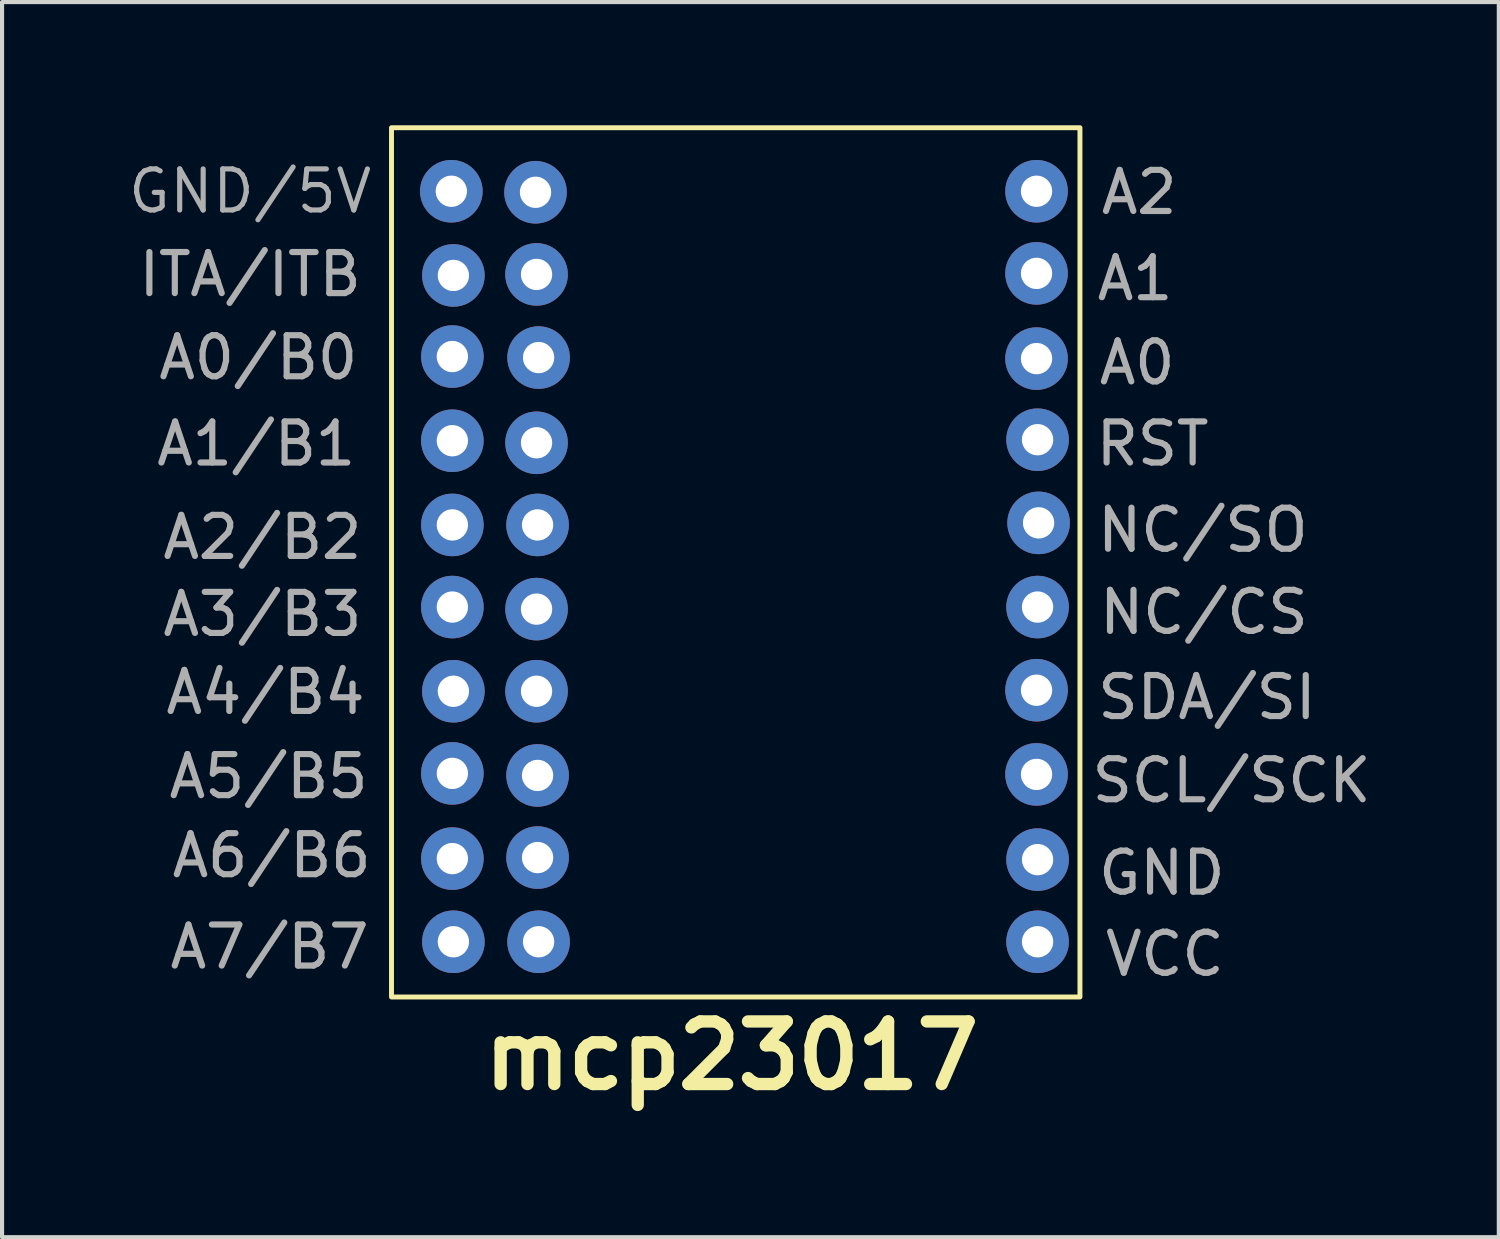
<source format=kicad_pcb>
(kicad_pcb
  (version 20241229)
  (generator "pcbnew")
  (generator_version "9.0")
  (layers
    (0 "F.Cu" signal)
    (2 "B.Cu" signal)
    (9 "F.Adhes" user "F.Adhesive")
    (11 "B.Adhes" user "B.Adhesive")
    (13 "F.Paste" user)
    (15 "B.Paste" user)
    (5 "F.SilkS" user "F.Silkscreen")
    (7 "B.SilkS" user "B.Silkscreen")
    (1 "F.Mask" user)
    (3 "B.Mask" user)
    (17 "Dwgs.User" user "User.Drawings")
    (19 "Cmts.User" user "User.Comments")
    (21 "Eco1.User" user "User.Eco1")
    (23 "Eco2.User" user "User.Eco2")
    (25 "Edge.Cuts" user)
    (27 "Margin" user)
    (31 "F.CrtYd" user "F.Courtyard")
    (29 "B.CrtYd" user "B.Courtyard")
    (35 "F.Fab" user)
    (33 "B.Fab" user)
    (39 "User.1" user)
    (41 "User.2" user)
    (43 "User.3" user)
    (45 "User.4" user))
  (footprint "mcp23017"
    (layer "F.Cu")
    (at 14.865 10.707)
    (property "Reference" "mcp23017" (at -0.1 11.95 0) (layer "F.SilkS") (effects (font (size 1.524 1.524) (thickness 0.3))))
    (attr board_only exclude_from_pos_files)
    (fp_rect (start 8.382 -10.647) (end -8.382 10.52) (stroke (width 0.12) (type solid)) (fill no) (layer "F.SilkS"))
    (fp_text user "NC/SO" (at 11.375 -0.85 0) (unlocked yes) (layer "F.Fab") (effects (font (size 1 1) (thickness 0.15))))
    (fp_text user "A2" (at 9.825 -9.075 0) (unlocked yes) (layer "F.Fab") (effects (font (size 1 1) (thickness 0.15))))
    (fp_text user "GND" (at 10.375 7.5 0) (unlocked yes) (layer "F.Fab") (effects (font (size 1 1) (thickness 0.15))))
    (fp_text user "A1" (at 9.725 -6.975 0) (unlocked yes) (layer "F.Fab") (effects (font (size 1 1) (thickness 0.15))))
    (fp_text user "A0" (at 9.775 -4.925 0) (unlocked yes) (layer "F.Fab") (effects (font (size 1 1) (thickness 0.15))))
    (fp_text user "A7/B7" (at -11.35 9.3 0) (unlocked yes) (layer "F.Fab") (effects (font (size 1 1) (thickness 0.15))))
    (fp_text user "SCL/SCK" (at 12.075 5.25 0) (unlocked yes) (layer "F.Fab") (effects (font (size 1 1) (thickness 0.15))))
    (fp_text user "A0/B0" (at -11.625 -5.05 0) (unlocked yes) (layer "F.Fab") (effects (font (size 1 1) (thickness 0.15))))
    (fp_text user "SDA/SI" (at 11.475 3.225 0) (unlocked yes) (layer "F.Fab") (effects (font (size 1 1) (thickness 0.15))))
    (fp_text user "A6/B6" (at -11.3 7.075 0) (unlocked yes) (layer "F.Fab") (effects (font (size 1 1) (thickness 0.15))))
    (fp_text user "ITA/ITB" (at -11.825 -7.075 0) (unlocked yes) (layer "F.Fab") (effects (font (size 1 1) (thickness 0.15))))
    (fp_text user "A4/B4" (at -11.45 3.1 0) (unlocked yes) (layer "F.Fab") (effects (font (size 1 1) (thickness 0.15))))
    (fp_text user "A1/B1" (at -11.675 -2.95 0) (unlocked yes) (layer "F.Fab") (effects (font (size 1 1) (thickness 0.15))))
    (fp_text user "A5/B5" (at -11.375 5.15 0) (unlocked yes) (layer "F.Fab") (effects (font (size 1 1) (thickness 0.15))))
    (fp_text user "RST" (at 10.15 -2.95 0) (unlocked yes) (layer "F.Fab") (effects (font (size 1 1) (thickness 0.15))))
    (fp_text user "A3/B3" (at -11.525 1.2 0) (unlocked yes) (layer "F.Fab") (effects (font (size 1 1) (thickness 0.15))))
    (fp_text user "A2/B2" (at -11.525 -0.675 0) (unlocked yes) (layer "F.Fab") (effects (font (size 1 1) (thickness 0.15))))
    (fp_text user "GND/5V" (at -11.825 -9.1 0) (unlocked yes) (layer "F.Fab") (effects (font (size 1 1) (thickness 0.125))))
    (fp_text user "VCC" (at 10.45 9.475 0) (unlocked yes) (layer "F.Fab") (effects (font (size 1 1) (thickness 0.15))))
    (fp_text user "NC/CS" (at 11.4 1.15 0) (unlocked yes) (layer "F.Fab") (effects (font (size 1 1) (thickness 0.15))))
    (pad "1" thru_hole circle (at -4.8 -5.05) (size 1.524 1.524) (drill 0.762) (layers "*.Cu" "*.Mask"))
    (pad "2" thru_hole circle (at -4.85 -2.975) (size 1.524 1.524) (drill 0.762) (layers "*.Cu" "*.Mask"))
    (pad "3" thru_hole circle (at -4.825 -0.975) (size 1.524 1.524) (drill 0.762) (layers "*.Cu" "*.Mask"))
    (pad "4" thru_hole circle (at -4.85 1.075) (size 1.524 1.524) (drill 0.762) (layers "*.Cu" "*.Mask"))
    (pad "5" thru_hole circle (at -4.85 3.075) (size 1.524 1.524) (drill 0.762) (layers "*.Cu" "*.Mask"))
    (pad "6" thru_hole circle (at -4.825 5.125) (size 1.524 1.524) (drill 0.762) (layers "*.Cu" "*.Mask"))
    (pad "7" thru_hole circle (at -4.825 7.125) (size 1.524 1.524) (drill 0.762) (layers "*.Cu" "*.Mask"))
    (pad "8" thru_hole circle (at -4.8 9.175) (size 1.524 1.524) (drill 0.762) (layers "*.Cu" "*.Mask"))
    (pad "9" thru_hole circle (at 7.35 9.175) (size 1.524 1.524) (drill 0.762) (layers "*.Cu" "*.Mask"))
    (pad "10" thru_hole circle (at 7.35 7.175) (size 1.524 1.524) (drill 0.762) (layers "*.Cu" "*.Mask"))
    (pad "11" thru_hole circle (at -4.875 -9.075) (size 1.524 1.524) (drill 0.762) (layers "*.Cu" "*.Mask"))
    (pad "12" thru_hole circle (at 7.325 5.1) (size 1.524 1.524) (drill 0.762) (layers "*.Cu" "*.Mask"))
    (pad "13" thru_hole circle (at 7.325 3.05) (size 1.524 1.524) (drill 0.762) (layers "*.Cu" "*.Mask"))
    (pad "14" thru_hole circle (at -6.925 -9.1) (size 1.524 1.524) (drill 0.762) (layers "*.Cu" "*.Mask"))
    (pad "15" thru_hole circle (at 7.325 -5.025) (size 1.524 1.524) (drill 0.762) (layers "*.Cu" "*.Mask"))
    (pad "16" thru_hole circle (at 7.325 -7.1) (size 1.524 1.524) (drill 0.762) (layers "*.Cu" "*.Mask"))
    (pad "17" thru_hole circle (at 7.325 -9.1) (size 1.524 1.524) (drill 0.762) (layers "*.Cu" "*.Mask"))
    (pad "18" thru_hole circle (at 7.35 -3.05) (size 1.524 1.524) (drill 0.762) (layers "*.Cu" "*.Mask"))
    (pad "19" thru_hole circle (at -4.85 -7.075) (size 1.524 1.524) (drill 0.762) (layers "*.Cu" "*.Mask"))
    (pad "20" thru_hole circle (at -6.875 -7.05) (size 1.524 1.524) (drill 0.762) (layers "*.Cu" "*.Mask"))
    (pad "21" thru_hole circle (at -6.9 -5.075) (size 1.524 1.524) (drill 0.762) (layers "*.Cu" "*.Mask"))
    (pad "22" thru_hole circle (at -6.9 -3.025) (size 1.524 1.524) (drill 0.762) (layers "*.Cu" "*.Mask"))
    (pad "23" thru_hole circle (at -6.9 -0.975) (size 1.524 1.524) (drill 0.762) (layers "*.Cu" "*.Mask"))
    (pad "24" thru_hole circle (at -6.9 1.025) (size 1.524 1.524) (drill 0.762) (layers "*.Cu" "*.Mask"))
    (pad "25" thru_hole circle (at -6.875 3.075) (size 1.524 1.524) (drill 0.762) (layers "*.Cu" "*.Mask"))
    (pad "26" thru_hole circle (at -6.9 5.075) (size 1.524 1.524) (drill 0.762) (layers "*.Cu" "*.Mask"))
    (pad "27" thru_hole circle (at -6.9 7.15) (size 1.524 1.524) (drill 0.762) (layers "*.Cu" "*.Mask"))
    (pad "28" thru_hole circle (at -6.875 9.175) (size 1.524 1.524) (drill 0.762) (layers "*.Cu" "*.Mask"))
    (pad "29" thru_hole circle (at 7.375 -1.025) (size 1.524 1.524) (drill 0.762) (layers "*.Cu" "*.Mask"))
    (pad "30" thru_hole circle (at 7.35 1.025) (size 1.524 1.524) (drill 0.762) (layers "*.Cu" "*.Mask")))
  (gr_rect
    (start -3 -3)
    (end 33.446 27.075)
    (stroke (width 0.1) (type default))
    (fill no)
    (layer "Edge.Cuts")))
</source>
